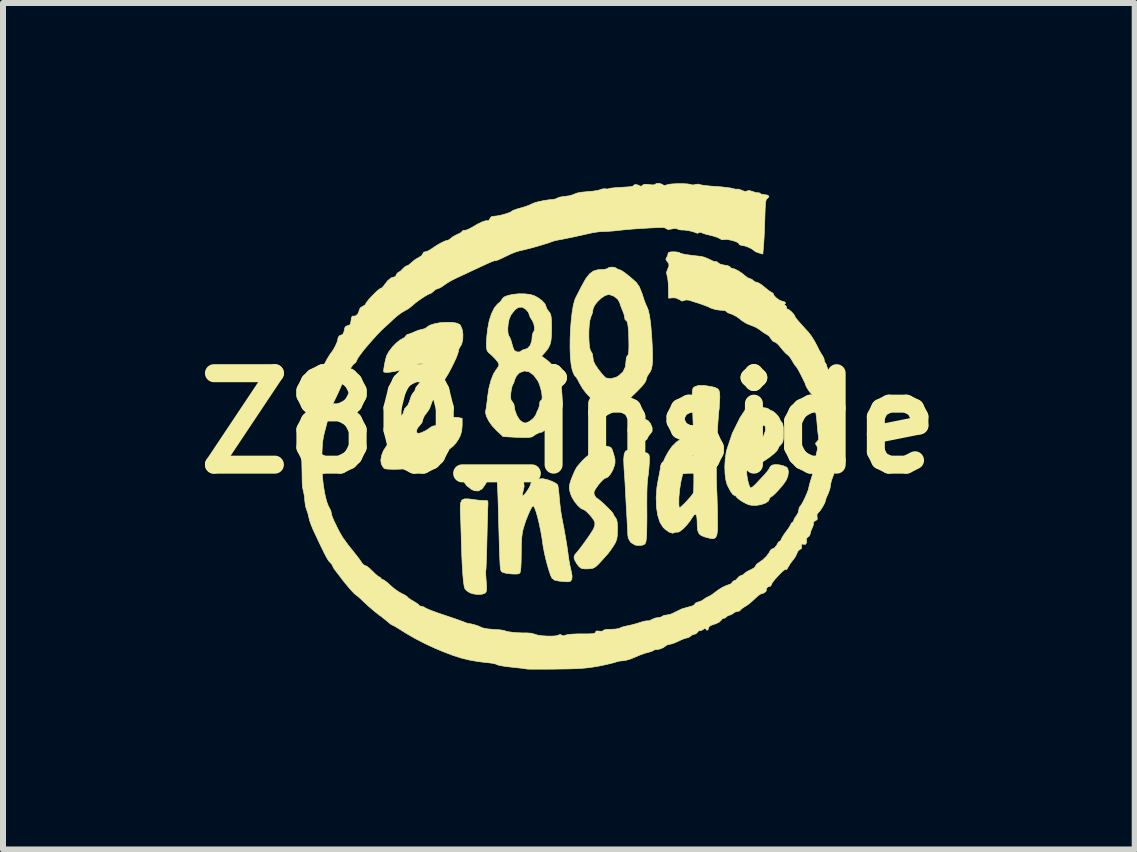
<source format=kicad_pcb>
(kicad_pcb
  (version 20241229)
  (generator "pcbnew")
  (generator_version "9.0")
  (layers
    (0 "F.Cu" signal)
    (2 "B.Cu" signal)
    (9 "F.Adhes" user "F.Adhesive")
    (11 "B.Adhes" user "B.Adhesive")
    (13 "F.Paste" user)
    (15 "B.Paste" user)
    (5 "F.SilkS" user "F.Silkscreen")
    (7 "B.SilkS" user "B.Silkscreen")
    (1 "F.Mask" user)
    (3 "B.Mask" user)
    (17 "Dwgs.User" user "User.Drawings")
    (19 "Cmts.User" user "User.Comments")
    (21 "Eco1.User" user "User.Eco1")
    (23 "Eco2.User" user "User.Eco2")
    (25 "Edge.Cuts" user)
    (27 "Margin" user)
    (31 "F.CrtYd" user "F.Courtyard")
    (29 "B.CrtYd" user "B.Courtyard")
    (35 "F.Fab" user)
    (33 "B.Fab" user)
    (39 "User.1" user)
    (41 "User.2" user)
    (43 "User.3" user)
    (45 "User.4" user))
  (footprint "Z80_inside"
    (layer "F.Cu")
    (at 6.43 4.004)
    (property "Reference" "Z80_inside" (at 0 0 0) (layer "F.SilkS") (effects (font (size 1.524 1.524) (thickness 0.3))))
    (attr through_hole)
    (fp_poly (pts (xy -1.533 0.742) (xy -1.461 0.783) (xy -1.46 0.783) (xy -1.422 0.813) (xy -1.399 0.826) (xy -1.379 0.841) (xy -1.36 0.868) (xy -1.347 0.898) (xy -1.352 0.935) (xy -1.376 0.989) (xy -1.389 1.014) (xy -1.445 1.092) (xy -1.506 1.128) (xy -1.576 1.124) (xy -1.625 1.1) (xy -1.699 1.043) (xy -1.742 0.986) (xy -1.75 0.94) (xy -1.717 0.842) (xy -1.667 0.775) (xy -1.603 0.74) (xy -1.533 0.742)) (stroke (width 0.01) (type solid)) (fill yes) (layer "F.SilkS"))
    (fp_poly (pts (xy 1.184 -0.117) (xy 1.229 -0.101) (xy 1.249 -0.084) (xy 1.249 -0.083) (xy 1.266 -0.065) (xy 1.277 -0.064) (xy 1.32 -0.045) (xy 1.359 0.003) (xy 1.386 0.067) (xy 1.388 0.076) (xy 1.388 0.134) (xy 1.356 0.178) (xy 1.324 0.217) (xy 1.312 0.247) (xy 1.296 0.271) (xy 1.258 0.297) (xy 1.218 0.315) (xy 1.2 0.316) (xy 1.18 0.308) (xy 1.148 0.296) (xy 1.112 0.273) (xy 1.101 0.255) (xy 1.084 0.235) (xy 1.069 0.233) (xy 1.036 0.217) (xy 1.005 0.182) (xy 0.984 0.137) (xy 0.985 0.086) (xy 0.993 0.048) (xy 1.031 -0.04) (xy 1.086 -0.098) (xy 1.152 -0.12) (xy 1.184 -0.117)) (stroke (width 0.01) (type solid)) (fill yes) (layer "F.SilkS"))
    (fp_poly (pts (xy 0.991 0.453) (xy 1.03 0.46) (xy 1.096 0.469) (xy 1.158 0.475) (xy 1.248 0.484) (xy 1.304 0.496) (xy 1.333 0.52) (xy 1.343 0.563) (xy 1.342 0.635) (xy 1.34 0.673) (xy 1.333 0.766) (xy 1.324 0.854) (xy 1.314 0.919) (xy 1.314 0.921) (xy 1.309 0.969) (xy 1.304 1.05) (xy 1.301 1.158) (xy 1.3 1.282) (xy 1.3 1.411) (xy 1.301 1.546) (xy 1.3 1.673) (xy 1.298 1.783) (xy 1.296 1.869) (xy 1.292 1.919) (xy 1.283 1.981) (xy 1.266 2.013) (xy 1.235 2.028) (xy 1.216 2.033) (xy 1.153 2.037) (xy 1.103 2.029) (xy 1.031 1.985) (xy 0.991 1.916) (xy 0.982 1.854) (xy 0.98 1.797) (xy 0.975 1.711) (xy 0.97 1.608) (xy 0.965 1.524) (xy 0.958 1.403) (xy 0.951 1.274) (xy 0.945 1.158) (xy 0.942 1.101) (xy 0.936 0.989) (xy 0.928 0.86) (xy 0.919 0.741) (xy 0.919 0.729) (xy 0.914 0.602) (xy 0.922 0.514) (xy 0.944 0.464) (xy 0.979 0.45) (xy 0.991 0.453)) (stroke (width 0.01) (type solid)) (fill yes) (layer "F.SilkS"))
    (fp_poly (pts (xy -1.596 1.27) (xy -1.514 1.281) (xy -1.441 1.287) (xy -1.397 1.287) (xy -1.363 1.286) (xy -1.349 1.304) (xy -1.348 1.349) (xy -1.349 1.365) (xy -1.351 1.411) (xy -1.353 1.491) (xy -1.356 1.599) (xy -1.36 1.728) (xy -1.363 1.87) (xy -1.365 1.944) (xy -1.368 2.085) (xy -1.372 2.211) (xy -1.376 2.317) (xy -1.379 2.396) (xy -1.382 2.443) (xy -1.384 2.452) (xy -1.386 2.478) (xy -1.384 2.536) (xy -1.379 2.613) (xy -1.377 2.635) (xy -1.371 2.724) (xy -1.372 2.779) (xy -1.38 2.812) (xy -1.396 2.83) (xy -1.446 2.849) (xy -1.519 2.853) (xy -1.597 2.843) (xy -1.656 2.822) (xy -1.704 2.789) (xy -1.733 2.756) (xy -1.745 2.713) (xy -1.757 2.632) (xy -1.767 2.518) (xy -1.776 2.376) (xy -1.784 2.211) (xy -1.79 2.026) (xy -1.791 2.011) (xy -1.794 1.88) (xy -1.798 1.744) (xy -1.802 1.618) (xy -1.807 1.518) (xy -1.807 1.509) (xy -1.81 1.398) (xy -1.803 1.324) (xy -1.781 1.279) (xy -1.74 1.26) (xy -1.673 1.26) (xy -1.596 1.27)) (stroke (width 0.01) (type solid)) (fill yes) (layer "F.SilkS"))
    (fp_poly (pts (xy 0.621 0.38) (xy 0.67 0.391) (xy 0.699 0.403) (xy 0.717 0.427) (xy 0.734 0.473) (xy 0.748 0.517) (xy 0.769 0.598) (xy 0.769 0.664) (xy 0.762 0.697) (xy 0.732 0.78) (xy 0.692 0.849) (xy 0.651 0.896) (xy 0.618 0.91) (xy 0.584 0.927) (xy 0.536 0.973) (xy 0.491 1.028) (xy 0.445 1.093) (xy 0.422 1.136) (xy 0.418 1.168) (xy 0.428 1.197) (xy 0.45 1.235) (xy 0.466 1.249) (xy 0.49 1.263) (xy 0.533 1.299) (xy 0.588 1.348) (xy 0.645 1.403) (xy 0.695 1.454) (xy 0.73 1.493) (xy 0.741 1.511) (xy 0.754 1.541) (xy 0.776 1.571) (xy 0.796 1.604) (xy 0.807 1.658) (xy 0.811 1.74) (xy 0.811 1.775) (xy 0.808 1.865) (xy 0.799 1.929) (xy 0.78 1.982) (xy 0.751 2.033) (xy 0.706 2.1) (xy 0.662 2.16) (xy 0.645 2.18) (xy 0.564 2.271) (xy 0.505 2.336) (xy 0.462 2.378) (xy 0.428 2.403) (xy 0.397 2.417) (xy 0.363 2.423) (xy 0.338 2.425) (xy 0.271 2.427) (xy 0.218 2.421) (xy 0.206 2.417) (xy 0.168 2.387) (xy 0.128 2.334) (xy 0.096 2.276) (xy 0.085 2.234) (xy 0.098 2.194) (xy 0.112 2.176) (xy 0.148 2.134) (xy 0.2 2.068) (xy 0.259 1.988) (xy 0.318 1.905) (xy 0.369 1.83) (xy 0.404 1.774) (xy 0.411 1.761) (xy 0.433 1.699) (xy 0.433 1.649) (xy 0.433 1.648) (xy 0.411 1.606) (xy 0.371 1.553) (xy 0.324 1.5) (xy 0.28 1.459) (xy 0.249 1.439) (xy 0.246 1.439) (xy 0.204 1.42) (xy 0.152 1.374) (xy 0.099 1.31) (xy 0.055 1.238) (xy 0.031 1.183) (xy 0.014 1.123) (xy 0.008 1.068) (xy 0.016 1.01) (xy 0.038 0.939) (xy 0.076 0.845) (xy 0.111 0.768) (xy 0.138 0.725) (xy 0.183 0.67) (xy 0.235 0.614) (xy 0.285 0.566) (xy 0.325 0.535) (xy 0.34 0.529) (xy 0.36 0.522) (xy 0.394 0.496) (xy 0.448 0.448) (xy 0.497 0.402) (xy 0.534 0.376) (xy 0.579 0.373) (xy 0.621 0.38)) (stroke (width 0.01) (type solid)) (fill yes) (layer "F.SilkS"))
    (fp_poly (pts (xy -0.952 0.859) (xy -0.864 0.877) (xy -0.794 0.909) (xy -0.754 0.97) (xy -0.745 1.053) (xy -0.768 1.156) (xy -0.773 1.169) (xy -0.776 1.2) (xy -0.767 1.206) (xy -0.743 1.19) (xy -0.709 1.148) (xy -0.674 1.096) (xy -0.646 1.045) (xy -0.635 1.009) (xy -0.635 1.008) (xy -0.616 0.977) (xy -0.568 0.948) (xy -0.504 0.929) (xy -0.438 0.923) (xy -0.423 0.925) (xy -0.357 0.94) (xy -0.285 0.966) (xy -0.224 0.996) (xy -0.187 1.024) (xy -0.187 1.025) (xy -0.18 1.053) (xy -0.171 1.113) (xy -0.163 1.194) (xy -0.16 1.236) (xy -0.149 1.346) (xy -0.135 1.462) (xy -0.119 1.562) (xy -0.116 1.577) (xy -0.084 1.739) (xy -0.056 1.898) (xy -0.032 2.042) (xy -0.015 2.16) (xy -0.01 2.201) (xy 0.003 2.289) (xy 0.022 2.39) (xy 0.036 2.45) (xy 0.054 2.544) (xy 0.049 2.605) (xy 0.02 2.637) (xy -0.029 2.642) (xy -0.079 2.638) (xy -0.146 2.632) (xy -0.164 2.63) (xy -0.238 2.614) (xy -0.282 2.58) (xy -0.285 2.575) (xy -0.305 2.531) (xy -0.33 2.457) (xy -0.358 2.363) (xy -0.385 2.259) (xy -0.408 2.158) (xy -0.425 2.069) (xy -0.431 2.032) (xy -0.448 1.911) (xy -0.47 1.788) (xy -0.495 1.668) (xy -0.521 1.561) (xy -0.547 1.472) (xy -0.571 1.408) (xy -0.59 1.378) (xy -0.595 1.376) (xy -0.615 1.395) (xy -0.643 1.446) (xy -0.677 1.522) (xy -0.714 1.614) (xy -0.744 1.704) (xy -0.764 1.772) (xy -0.777 1.839) (xy -0.786 1.916) (xy -0.791 2.012) (xy -0.793 2.138) (xy -0.793 2.163) (xy -0.795 2.305) (xy -0.8 2.41) (xy -0.809 2.476) (xy -0.818 2.499) (xy -0.856 2.512) (xy -0.931 2.512) (xy -0.981 2.508) (xy -1.06 2.497) (xy -1.106 2.483) (xy -1.128 2.463) (xy -1.134 2.45) (xy -1.138 2.432) (xy -1.142 2.402) (xy -1.146 2.357) (xy -1.149 2.294) (xy -1.153 2.208) (xy -1.157 2.097) (xy -1.161 1.955) (xy -1.166 1.779) (xy -1.172 1.566) (xy -1.173 1.501) (xy -1.177 1.361) (xy -1.181 1.231) (xy -1.186 1.119) (xy -1.19 1.032) (xy -1.193 0.977) (xy -1.194 0.968) (xy -1.195 0.909) (xy -1.175 0.869) (xy -1.131 0.849) (xy -1.058 0.846) (xy -0.952 0.859)) (stroke (width 0.01) (type solid)) (fill yes) (layer "F.SilkS"))
    (fp_poly (pts (xy 3.24 -0.261) (xy 3.305 -0.251) (xy 3.327 -0.239) (xy 3.361 -0.215) (xy 3.375 -0.212) (xy 3.406 -0.197) (xy 3.448 -0.161) (xy 3.488 -0.117) (xy 3.512 -0.08) (xy 3.514 -0.07) (xy 3.528 -0.039) (xy 3.545 -0.021) (xy 3.564 0.01) (xy 3.574 0.068) (xy 3.577 0.162) (xy 3.575 0.247) (xy 3.568 0.301) (xy 3.552 0.335) (xy 3.535 0.354) (xy 3.503 0.389) (xy 3.492 0.412) (xy 3.473 0.451) (xy 3.424 0.502) (xy 3.352 0.56) (xy 3.265 0.62) (xy 3.171 0.675) (xy 3.078 0.721) (xy 3 0.75) (xy 2.97 0.779) (xy 2.963 0.813) (xy 2.968 0.875) (xy 2.98 0.945) (xy 2.997 1.011) (xy 3.015 1.06) (xy 3.03 1.079) (xy 3.031 1.079) (xy 3.057 1.065) (xy 3.098 1.029) (xy 3.119 1.008) (xy 3.175 0.948) (xy 3.239 0.88) (xy 3.265 0.852) (xy 3.309 0.8) (xy 3.338 0.76) (xy 3.344 0.744) (xy 3.361 0.717) (xy 3.389 0.697) (xy 3.437 0.688) (xy 3.504 0.692) (xy 3.573 0.708) (xy 3.627 0.731) (xy 3.645 0.748) (xy 3.66 0.805) (xy 3.65 0.88) (xy 3.624 0.945) (xy 3.591 0.995) (xy 3.544 1.055) (xy 3.489 1.118) (xy 3.436 1.173) (xy 3.392 1.213) (xy 3.366 1.228) (xy 3.347 1.245) (xy 3.344 1.258) (xy 3.325 1.298) (xy 3.274 1.331) (xy 3.202 1.356) (xy 3.12 1.369) (xy 3.039 1.366) (xy 2.995 1.357) (xy 2.946 1.335) (xy 2.888 1.303) (xy 2.836 1.268) (xy 2.801 1.238) (xy 2.794 1.226) (xy 2.777 1.208) (xy 2.767 1.206) (xy 2.735 1.189) (xy 2.695 1.133) (xy 2.645 1.039) (xy 2.639 1.027) (xy 2.617 0.949) (xy 2.603 0.843) (xy 2.599 0.721) (xy 2.606 0.597) (xy 2.613 0.547) (xy 2.967 0.547) (xy 2.975 0.55) (xy 2.984 0.55) (xy 3.005 0.535) (xy 3.045 0.494) (xy 3.097 0.434) (xy 3.12 0.406) (xy 3.191 0.308) (xy 3.243 0.214) (xy 3.273 0.133) (xy 3.278 0.07) (xy 3.264 0.038) (xy 3.232 0.032) (xy 3.191 0.059) (xy 3.143 0.115) (xy 3.094 0.193) (xy 3.048 0.286) (xy 3.008 0.389) (xy 2.997 0.422) (xy 2.977 0.492) (xy 2.967 0.53) (xy 2.967 0.547) (xy 2.613 0.547) (xy 2.622 0.483) (xy 2.631 0.445) (xy 2.724 0.167) (xy 2.85 -0.088) (xy 2.957 -0.252) (xy 2.98 -0.257) (xy 3.034 -0.261) (xy 3.11 -0.263) (xy 3.134 -0.264) (xy 3.24 -0.261)) (stroke (width 0.01) (type solid)) (fill yes) (layer "F.SilkS"))
    (fp_poly (pts (xy 2.38 -0.61) (xy 2.387 -0.609) (xy 2.439 -0.595) (xy 2.477 -0.577) (xy 2.501 -0.55) (xy 2.513 -0.505) (xy 2.516 -0.439) (xy 2.511 -0.342) (xy 2.5 -0.211) (xy 2.499 -0.204) (xy 2.483 0.003) (xy 2.471 0.226) (xy 2.462 0.455) (xy 2.458 0.678) (xy 2.458 0.885) (xy 2.463 1.065) (xy 2.465 1.111) (xy 2.468 1.171) (xy 2.471 1.262) (xy 2.474 1.373) (xy 2.477 1.495) (xy 2.477 1.539) (xy 2.479 1.682) (xy 2.477 1.787) (xy 2.467 1.859) (xy 2.447 1.903) (xy 2.416 1.922) (xy 2.368 1.921) (xy 2.303 1.905) (xy 2.262 1.893) (xy 2.206 1.871) (xy 2.17 1.84) (xy 2.149 1.792) (xy 2.14 1.718) (xy 2.138 1.628) (xy 2.132 1.554) (xy 2.116 1.518) (xy 2.092 1.522) (xy 2.059 1.566) (xy 2.058 1.568) (xy 2.017 1.631) (xy 1.965 1.696) (xy 1.91 1.753) (xy 1.859 1.796) (xy 1.822 1.815) (xy 1.814 1.814) (xy 1.775 1.815) (xy 1.763 1.823) (xy 1.726 1.832) (xy 1.671 1.813) (xy 1.609 1.77) (xy 1.572 1.735) (xy 1.519 1.652) (xy 1.482 1.537) (xy 1.46 1.397) (xy 1.459 1.353) (xy 1.833 1.353) (xy 1.839 1.408) (xy 1.854 1.403) (xy 1.887 1.375) (xy 1.933 1.331) (xy 1.982 1.278) (xy 2.028 1.226) (xy 2.062 1.183) (xy 2.077 1.156) (xy 2.078 1.156) (xy 2.08 1.113) (xy 2.082 1.043) (xy 2.083 0.954) (xy 2.083 0.855) (xy 2.082 0.756) (xy 2.08 0.665) (xy 2.078 0.591) (xy 2.074 0.543) (xy 2.071 0.529) (xy 2.049 0.547) (xy 2.014 0.596) (xy 1.973 0.667) (xy 1.932 0.749) (xy 1.897 0.846) (xy 1.868 0.969) (xy 1.846 1.104) (xy 1.834 1.237) (xy 1.833 1.353) (xy 1.459 1.353) (xy 1.455 1.24) (xy 1.467 1.072) (xy 1.491 0.931) (xy 1.509 0.845) (xy 1.522 0.772) (xy 1.528 0.724) (xy 1.528 0.716) (xy 1.542 0.672) (xy 1.557 0.655) (xy 1.583 0.625) (xy 1.587 0.612) (xy 1.598 0.587) (xy 1.624 0.535) (xy 1.661 0.47) (xy 1.661 0.469) (xy 1.722 0.383) (xy 1.793 0.313) (xy 1.863 0.266) (xy 1.925 0.249) (xy 1.926 0.249) (xy 1.968 0.243) (xy 2.018 0.228) (xy 2.079 0.205) (xy 2.064 -0.185) (xy 2.059 -0.323) (xy 2.056 -0.425) (xy 2.056 -0.496) (xy 2.059 -0.544) (xy 2.066 -0.574) (xy 2.076 -0.592) (xy 2.088 -0.604) (xy 2.154 -0.629) (xy 2.252 -0.631) (xy 2.38 -0.61)) (stroke (width 0.01) (type solid)) (fill yes) (layer "F.SilkS"))
    (fp_poly (pts (xy 0.768 -2.597) (xy 0.794 -2.582) (xy 0.824 -2.563) (xy 0.839 -2.561) (xy 0.874 -2.547) (xy 0.933 -2.508) (xy 1.009 -2.448) (xy 1.096 -2.372) (xy 1.123 -2.348) (xy 1.173 -2.278) (xy 1.218 -2.168) (xy 1.228 -2.138) (xy 1.254 -2.056) (xy 1.281 -1.985) (xy 1.302 -1.94) (xy 1.303 -1.937) (xy 1.326 -1.879) (xy 1.347 -1.78) (xy 1.365 -1.641) (xy 1.38 -1.462) (xy 1.389 -1.31) (xy 1.395 -1.161) (xy 1.395 -1.047) (xy 1.388 -0.962) (xy 1.375 -0.9) (xy 1.353 -0.852) (xy 1.333 -0.825) (xy 1.302 -0.774) (xy 1.291 -0.73) (xy 1.274 -0.688) (xy 1.225 -0.624) (xy 1.144 -0.539) (xy 1.132 -0.527) (xy 1.063 -0.461) (xy 1.004 -0.406) (xy 0.962 -0.369) (xy 0.946 -0.358) (xy 0.907 -0.347) (xy 0.84 -0.338) (xy 0.757 -0.332) (xy 0.675 -0.329) (xy 0.605 -0.331) (xy 0.593 -0.332) (xy 0.528 -0.34) (xy 0.474 -0.349) (xy 0.473 -0.35) (xy 0.42 -0.376) (xy 0.355 -0.431) (xy 0.288 -0.503) (xy 0.226 -0.585) (xy 0.18 -0.664) (xy 0.148 -0.726) (xy 0.121 -0.769) (xy 0.106 -0.783) (xy 0.091 -0.802) (xy 0.07 -0.85) (xy 0.054 -0.898) (xy 0.037 -0.988) (xy 0.025 -1.108) (xy 0.02 -1.249) (xy 0.021 -1.402) (xy 0.023 -1.446) (xy 0.333 -1.446) (xy 0.337 -1.35) (xy 0.345 -1.269) (xy 0.359 -1.212) (xy 0.371 -1.194) (xy 0.392 -1.157) (xy 0.402 -1.098) (xy 0.402 -1.093) (xy 0.41 -1.038) (xy 0.438 -0.978) (xy 0.49 -0.901) (xy 0.498 -0.891) (xy 0.547 -0.828) (xy 0.59 -0.78) (xy 0.618 -0.756) (xy 0.619 -0.755) (xy 0.7 -0.743) (xy 0.788 -0.767) (xy 0.827 -0.789) (xy 0.902 -0.857) (xy 0.942 -0.94) (xy 0.952 -1.03) (xy 0.958 -1.089) (xy 0.973 -1.124) (xy 0.979 -1.127) (xy 0.991 -1.145) (xy 0.998 -1.193) (xy 1.001 -1.275) (xy 1 -1.367) (xy 0.996 -1.508) (xy 0.988 -1.61) (xy 0.977 -1.676) (xy 0.962 -1.709) (xy 0.951 -1.714) (xy 0.935 -1.732) (xy 0.931 -1.758) (xy 0.923 -1.804) (xy 0.901 -1.866) (xy 0.895 -1.879) (xy 0.869 -1.944) (xy 0.85 -2.001) (xy 0.848 -2.009) (xy 0.815 -2.067) (xy 0.756 -2.115) (xy 0.685 -2.142) (xy 0.659 -2.145) (xy 0.603 -2.128) (xy 0.539 -2.086) (xy 0.477 -2.027) (xy 0.428 -1.964) (xy 0.403 -1.907) (xy 0.402 -1.895) (xy 0.392 -1.837) (xy 0.368 -1.774) (xy 0.367 -1.772) (xy 0.351 -1.719) (xy 0.34 -1.64) (xy 0.334 -1.546) (xy 0.333 -1.446) (xy 0.023 -1.446) (xy 0.027 -1.559) (xy 0.039 -1.711) (xy 0.055 -1.851) (xy 0.075 -1.969) (xy 0.099 -2.057) (xy 0.112 -2.088) (xy 0.133 -2.129) (xy 0.167 -2.195) (xy 0.207 -2.274) (xy 0.218 -2.294) (xy 0.282 -2.409) (xy 0.343 -2.488) (xy 0.407 -2.536) (xy 0.48 -2.558) (xy 0.53 -2.561) (xy 0.592 -2.565) (xy 0.636 -2.575) (xy 0.646 -2.582) (xy 0.674 -2.598) (xy 0.72 -2.603) (xy 0.768 -2.597)) (stroke (width 0.01) (type solid)) (fill yes) (layer "F.SilkS"))
    (fp_poly (pts (xy -1.957 -1.682) (xy -1.876 -1.671) (xy -1.821 -1.648) (xy -1.809 -1.636) (xy -1.779 -1.569) (xy -1.765 -1.483) (xy -1.768 -1.393) (xy -1.787 -1.316) (xy -1.813 -1.274) (xy -1.836 -1.231) (xy -1.841 -1.198) (xy -1.852 -1.157) (xy -1.878 -1.089) (xy -1.917 -1.005) (xy -1.962 -0.915) (xy -2.008 -0.829) (xy -2.052 -0.757) (xy -2.086 -0.708) (xy -2.091 -0.703) (xy -2.125 -0.657) (xy -2.138 -0.617) (xy -2.151 -0.56) (xy -2.182 -0.491) (xy -2.222 -0.431) (xy -2.247 -0.407) (xy -2.277 -0.368) (xy -2.297 -0.311) (xy -2.298 -0.309) (xy -2.321 -0.247) (xy -2.362 -0.183) (xy -2.373 -0.171) (xy -2.411 -0.118) (xy -2.433 -0.067) (xy -2.434 -0.055) (xy -2.449 -0.009) (xy -2.486 0.038) (xy -2.487 0.038) (xy -2.524 0.083) (xy -2.539 0.127) (xy -2.531 0.16) (xy -2.507 0.169) (xy -2.461 0.158) (xy -2.399 0.13) (xy -2.341 0.095) (xy -2.312 0.071) (xy -2.268 0.047) (xy -2.237 0.042) (xy -2.184 0.031) (xy -2.111 0.005) (xy -2.037 -0.031) (xy -1.978 -0.067) (xy -1.964 -0.078) (xy -1.918 -0.1) (xy -1.853 -0.097) (xy -1.778 -0.083) (xy -1.778 0.038) (xy -1.786 0.132) (xy -1.812 0.213) (xy -1.839 0.265) (xy -1.882 0.329) (xy -1.926 0.379) (xy -1.951 0.398) (xy -1.999 0.436) (xy -2.042 0.486) (xy -2.103 0.546) (xy -2.193 0.598) (xy -2.301 0.636) (xy -2.379 0.65) (xy -2.453 0.665) (xy -2.516 0.689) (xy -2.537 0.701) (xy -2.596 0.733) (xy -2.653 0.75) (xy -2.733 0.76) (xy -2.825 0.765) (xy -2.916 0.767) (xy -2.996 0.765) (xy -3.055 0.76) (xy -3.078 0.752) (xy -3.105 0.717) (xy -3.126 0.676) (xy -3.134 0.614) (xy -3.12 0.535) (xy -3.089 0.455) (xy -3.046 0.39) (xy -3.016 0.343) (xy -3.006 0.305) (xy -2.996 0.262) (xy -2.969 0.195) (xy -2.932 0.114) (xy -2.89 0.03) (xy -2.848 -0.045) (xy -2.812 -0.1) (xy -2.791 -0.123) (xy -2.759 -0.165) (xy -2.752 -0.197) (xy -2.735 -0.246) (xy -2.712 -0.268) (xy -2.683 -0.303) (xy -2.657 -0.362) (xy -2.649 -0.387) (xy -2.628 -0.45) (xy -2.603 -0.497) (xy -2.593 -0.508) (xy -2.566 -0.544) (xy -2.561 -0.564) (xy -2.547 -0.6) (xy -2.514 -0.642) (xy -2.513 -0.642) (xy -2.463 -0.705) (xy -2.418 -0.78) (xy -2.386 -0.855) (xy -2.371 -0.918) (xy -2.373 -0.948) (xy -2.406 -0.982) (xy -2.462 -0.996) (xy -2.527 -0.987) (xy -2.556 -0.975) (xy -2.628 -0.942) (xy -2.718 -0.911) (xy -2.815 -0.884) (xy -2.91 -0.863) (xy -2.993 -0.85) (xy -3.055 -0.847) (xy -3.085 -0.856) (xy -3.087 -0.88) (xy -3.08 -0.932) (xy -3.069 -0.997) (xy -3.054 -1.063) (xy -3.04 -1.116) (xy -3.034 -1.132) (xy -2.995 -1.201) (xy -2.938 -1.274) (xy -2.873 -1.34) (xy -2.812 -1.389) (xy -2.778 -1.406) (xy -2.737 -1.431) (xy -2.723 -1.451) (xy -2.697 -1.479) (xy -2.684 -1.482) (xy -2.649 -1.492) (xy -2.594 -1.514) (xy -2.572 -1.524) (xy -2.509 -1.55) (xy -2.454 -1.564) (xy -2.442 -1.566) (xy -2.393 -1.58) (xy -2.371 -1.598) (xy -2.323 -1.631) (xy -2.246 -1.657) (xy -2.153 -1.675) (xy -2.053 -1.683) (xy -1.957 -1.682)) (stroke (width 0.01) (type solid)) (fill yes) (layer "F.SilkS"))
    (fp_poly (pts (xy -0.735 -2.157) (xy -0.642 -2.146) (xy -0.576 -2.126) (xy -0.505 -2.087) (xy -0.441 -2.038) (xy -0.397 -1.988) (xy -0.381 -1.947) (xy -0.367 -1.908) (xy -0.335 -1.864) (xy -0.314 -1.837) (xy -0.301 -1.805) (xy -0.293 -1.758) (xy -0.289 -1.688) (xy -0.288 -1.587) (xy -0.29 -1.465) (xy -0.298 -1.375) (xy -0.316 -1.305) (xy -0.346 -1.247) (xy -0.392 -1.188) (xy -0.401 -1.178) (xy -0.455 -1.118) (xy -0.404 -1.083) (xy -0.321 -1.017) (xy -0.245 -0.939) (xy -0.185 -0.861) (xy -0.152 -0.794) (xy -0.15 -0.789) (xy -0.14 -0.734) (xy -0.129 -0.65) (xy -0.12 -0.55) (xy -0.115 -0.484) (xy -0.109 -0.383) (xy -0.108 -0.314) (xy -0.112 -0.268) (xy -0.123 -0.233) (xy -0.142 -0.2) (xy -0.151 -0.187) (xy -0.218 -0.095) (xy -0.287 -0.009) (xy -0.351 0.064) (xy -0.405 0.117) (xy -0.442 0.144) (xy -0.45 0.147) (xy -0.498 0.159) (xy -0.553 0.185) (xy -0.592 0.213) (xy -0.593 0.214) (xy -0.618 0.228) (xy -0.669 0.236) (xy -0.75 0.238) (xy -0.866 0.234) (xy -0.892 0.233) (xy -1.096 0.222) (xy -1.209 0.116) (xy -1.279 0.041) (xy -1.336 -0.04) (xy -1.374 -0.118) (xy -1.39 -0.182) (xy -1.386 -0.209) (xy -1.379 -0.242) (xy -1.37 -0.307) (xy -1.359 -0.39) (xy -1.355 -0.431) (xy -0.971 -0.431) (xy -0.963 -0.387) (xy -0.944 -0.362) (xy -0.916 -0.318) (xy -0.91 -0.288) (xy -0.898 -0.212) (xy -0.867 -0.131) (xy -0.826 -0.064) (xy -0.802 -0.04) (xy -0.757 -0.01) (xy -0.719 -0.004) (xy -0.673 -0.023) (xy -0.64 -0.042) (xy -0.588 -0.086) (xy -0.552 -0.137) (xy -0.55 -0.143) (xy -0.527 -0.2) (xy -0.508 -0.238) (xy -0.491 -0.288) (xy -0.487 -0.328) (xy -0.479 -0.368) (xy -0.463 -0.381) (xy -0.447 -0.399) (xy -0.445 -0.447) (xy -0.453 -0.513) (xy -0.47 -0.587) (xy -0.494 -0.659) (xy -0.518 -0.71) (xy -0.587 -0.803) (xy -0.662 -0.857) (xy -0.739 -0.872) (xy -0.816 -0.845) (xy -0.831 -0.835) (xy -0.875 -0.786) (xy -0.901 -0.73) (xy -0.917 -0.676) (xy -0.935 -0.642) (xy -0.949 -0.608) (xy -0.961 -0.547) (xy -0.967 -0.504) (xy -0.971 -0.431) (xy -1.355 -0.431) (xy -1.355 -0.435) (xy -1.332 -0.585) (xy -1.297 -0.718) (xy -1.254 -0.827) (xy -1.205 -0.901) (xy -1.175 -0.945) (xy -1.164 -0.979) (xy -1.179 -1.014) (xy -1.219 -1.065) (xy -1.275 -1.123) (xy -1.339 -1.18) (xy -1.341 -1.181) (xy -1.362 -1.21) (xy -1.373 -1.261) (xy -1.375 -1.339) (xy -1.367 -1.448) (xy -1.354 -1.567) (xy -1.353 -1.573) (xy -1.018 -1.573) (xy -1.014 -1.5) (xy -0.998 -1.452) (xy -0.993 -1.446) (xy -0.975 -1.412) (xy -0.956 -1.355) (xy -0.95 -1.332) (xy -0.932 -1.269) (xy -0.913 -1.222) (xy -0.906 -1.213) (xy -0.868 -1.19) (xy -0.822 -1.188) (xy -0.794 -1.206) (xy -0.763 -1.225) (xy -0.746 -1.228) (xy -0.69 -1.247) (xy -0.644 -1.298) (xy -0.618 -1.369) (xy -0.614 -1.41) (xy -0.609 -1.469) (xy -0.598 -1.507) (xy -0.593 -1.513) (xy -0.575 -1.547) (xy -0.573 -1.602) (xy -0.586 -1.664) (xy -0.612 -1.718) (xy -0.614 -1.72) (xy -0.644 -1.766) (xy -0.657 -1.802) (xy -0.657 -1.803) (xy -0.675 -1.851) (xy -0.718 -1.9) (xy -0.771 -1.932) (xy -0.783 -1.935) (xy -0.84 -1.932) (xy -0.897 -1.892) (xy -0.958 -1.815) (xy -0.969 -1.797) (xy -0.995 -1.735) (xy -1.011 -1.656) (xy -1.018 -1.573) (xy -1.353 -1.573) (xy -1.329 -1.701) (xy -1.291 -1.821) (xy -1.243 -1.92) (xy -1.189 -1.987) (xy -1.173 -1.999) (xy -1.132 -2.037) (xy -1.113 -2.069) (xy -1.082 -2.103) (xy -1.019 -2.129) (xy -0.933 -2.148) (xy -0.836 -2.158) (xy -0.735 -2.157)) (stroke (width 0.01) (type solid)) (fill yes) (layer "F.SilkS"))
    (fp_poly (pts (xy 1.549 -3.985) (xy 1.562 -3.976) (xy 1.594 -3.961) (xy 1.635 -3.974) (xy 1.675 -3.984) (xy 1.741 -3.99) (xy 1.822 -3.993) (xy 1.905 -3.993) (xy 1.978 -3.989) (xy 2.028 -3.981) (xy 2.043 -3.975) (xy 2.072 -3.971) (xy 2.104 -3.979) (xy 2.154 -3.986) (xy 2.183 -3.978) (xy 2.216 -3.97) (xy 2.282 -3.961) (xy 2.369 -3.952) (xy 2.436 -3.948) (xy 2.536 -3.94) (xy 2.628 -3.93) (xy 2.699 -3.92) (xy 2.727 -3.913) (xy 2.777 -3.901) (xy 2.807 -3.901) (xy 2.809 -3.902) (xy 2.833 -3.902) (xy 2.878 -3.884) (xy 2.884 -3.881) (xy 2.939 -3.862) (xy 2.969 -3.871) (xy 3.004 -3.88) (xy 3.064 -3.862) (xy 3.116 -3.845) (xy 3.151 -3.841) (xy 3.155 -3.842) (xy 3.18 -3.838) (xy 3.185 -3.832) (xy 3.214 -3.816) (xy 3.26 -3.81) (xy 3.312 -3.802) (xy 3.335 -3.783) (xy 3.321 -3.758) (xy 3.31 -3.75) (xy 3.295 -3.736) (xy 3.284 -3.708) (xy 3.277 -3.658) (xy 3.272 -3.582) (xy 3.268 -3.47) (xy 3.268 -3.458) (xy 3.264 -3.333) (xy 3.259 -3.202) (xy 3.253 -3.082) (xy 3.248 -3.003) (xy 3.233 -2.82) (xy 3.169 -2.838) (xy 3.12 -2.856) (xy 3.092 -2.873) (xy 3.092 -2.873) (xy 3.056 -2.902) (xy 2.997 -2.932) (xy 2.934 -2.955) (xy 2.888 -2.963) (xy 2.848 -2.973) (xy 2.836 -2.992) (xy 2.818 -3.011) (xy 2.771 -3.032) (xy 2.709 -3.05) (xy 2.648 -3.062) (xy 2.599 -3.064) (xy 2.583 -3.059) (xy 2.549 -3.059) (xy 2.523 -3.074) (xy 2.483 -3.095) (xy 2.418 -3.117) (xy 2.36 -3.132) (xy 2.288 -3.149) (xy 2.232 -3.167) (xy 2.209 -3.178) (xy 2.179 -3.185) (xy 2.17 -3.176) (xy 2.142 -3.166) (xy 2.121 -3.174) (xy 2.067 -3.194) (xy 1.993 -3.211) (xy 1.919 -3.221) (xy 1.876 -3.221) (xy 1.829 -3.228) (xy 1.811 -3.238) (xy 1.767 -3.248) (xy 1.714 -3.238) (xy 1.655 -3.228) (xy 1.628 -3.241) (xy 1.598 -3.258) (xy 1.564 -3.263) (xy 1.459 -3.26) (xy 1.334 -3.254) (xy 1.199 -3.246) (xy 1.067 -3.237) (xy 0.951 -3.227) (xy 0.862 -3.218) (xy 0.85 -3.217) (xy 0.755 -3.206) (xy 0.66 -3.199) (xy 0.591 -3.196) (xy 0.506 -3.192) (xy 0.419 -3.18) (xy 0.397 -3.176) (xy 0.209 -3.134) (xy 0.059 -3.101) (xy -0.054 -3.078) (xy -0.134 -3.062) (xy -0.159 -3.058) (xy -0.225 -3.045) (xy -0.279 -3.029) (xy -0.286 -3.026) (xy -0.337 -3.007) (xy -0.417 -2.982) (xy -0.514 -2.953) (xy -0.616 -2.924) (xy -0.711 -2.9) (xy -0.786 -2.882) (xy -0.806 -2.878) (xy -0.874 -2.859) (xy -0.96 -2.826) (xy -1.045 -2.785) (xy -1.046 -2.785) (xy -1.119 -2.749) (xy -1.18 -2.722) (xy -1.219 -2.71) (xy -1.222 -2.709) (xy -1.239 -2.708) (xy -1.264 -2.701) (xy -1.302 -2.686) (xy -1.358 -2.661) (xy -1.439 -2.624) (xy -1.55 -2.572) (xy -1.609 -2.545) (xy -1.703 -2.5) (xy -1.798 -2.456) (xy -1.876 -2.42) (xy -1.894 -2.411) (xy -1.973 -2.371) (xy -2.049 -2.323) (xy -2.077 -2.303) (xy -2.13 -2.267) (xy -2.174 -2.246) (xy -2.185 -2.244) (xy -2.222 -2.229) (xy -2.254 -2.201) (xy -2.291 -2.17) (xy -2.316 -2.159) (xy -2.346 -2.147) (xy -2.4 -2.116) (xy -2.465 -2.073) (xy -2.532 -2.025) (xy -2.59 -1.979) (xy -2.621 -1.951) (xy -2.677 -1.907) (xy -2.74 -1.872) (xy -2.791 -1.842) (xy -2.857 -1.793) (xy -2.916 -1.742) (xy -2.976 -1.685) (xy -3.029 -1.636) (xy -3.062 -1.607) (xy -3.121 -1.552) (xy -3.191 -1.48) (xy -3.267 -1.396) (xy -3.343 -1.309) (xy -3.414 -1.225) (xy -3.472 -1.149) (xy -3.515 -1.089) (xy -3.534 -1.052) (xy -3.535 -1.047) (xy -3.552 -1.012) (xy -3.567 -1.002) (xy -3.597 -0.976) (xy -3.631 -0.928) (xy -3.64 -0.911) (xy -3.674 -0.854) (xy -3.707 -0.812) (xy -3.713 -0.806) (xy -3.741 -0.768) (xy -3.747 -0.747) (xy -3.755 -0.716) (xy -3.779 -0.655) (xy -3.814 -0.575) (xy -3.856 -0.482) (xy -3.902 -0.387) (xy -3.947 -0.297) (xy -3.953 -0.286) (xy -3.979 -0.221) (xy -3.999 -0.146) (xy -4.001 -0.138) (xy -4.016 -0.069) (xy -4.037 0.017) (xy -4.052 0.074) (xy -4.075 0.16) (xy -4.091 0.232) (xy -4.102 0.302) (xy -4.109 0.38) (xy -4.114 0.481) (xy -4.117 0.582) (xy -4.116 0.735) (xy -4.107 0.891) (xy -4.09 1.043) (xy -4.066 1.181) (xy -4.038 1.297) (xy -4.006 1.383) (xy -3.993 1.406) (xy -3.967 1.457) (xy -3.958 1.497) (xy -3.953 1.526) (xy -3.938 1.571) (xy -3.908 1.638) (xy -3.862 1.733) (xy -3.823 1.81) (xy -3.769 1.902) (xy -3.684 2.02) (xy -3.57 2.163) (xy -3.55 2.188) (xy -3.504 2.247) (xy -3.465 2.302) (xy -3.455 2.32) (xy -3.423 2.358) (xy -3.394 2.371) (xy -3.363 2.385) (xy -3.316 2.423) (xy -3.271 2.466) (xy -3.22 2.516) (xy -3.178 2.551) (xy -3.157 2.561) (xy -3.134 2.576) (xy -3.133 2.582) (xy -3.116 2.601) (xy -3.103 2.603) (xy -3.073 2.618) (xy -3.026 2.654) (xy -2.981 2.695) (xy -2.911 2.756) (xy -2.832 2.811) (xy -2.789 2.835) (xy -2.732 2.864) (xy -2.696 2.888) (xy -2.688 2.897) (xy -2.671 2.914) (xy -2.628 2.943) (xy -2.593 2.963) (xy -2.539 2.996) (xy -2.504 3.022) (xy -2.498 3.032) (xy -2.48 3.046) (xy -2.462 3.048) (xy -2.417 3.061) (xy -2.393 3.076) (xy -2.362 3.092) (xy -2.298 3.119) (xy -2.211 3.151) (xy -2.11 3.186) (xy -2.091 3.192) (xy -1.985 3.228) (xy -1.89 3.26) (xy -1.814 3.287) (xy -1.767 3.305) (xy -1.763 3.306) (xy -1.714 3.325) (xy -1.683 3.334) (xy -1.627 3.344) (xy -1.564 3.36) (xy -1.512 3.377) (xy -1.492 3.386) (xy -1.438 3.41) (xy -1.35 3.427) (xy -1.237 3.437) (xy -1.217 3.438) (xy -1.143 3.443) (xy -1.084 3.452) (xy -1.059 3.461) (xy -1.02 3.472) (xy -0.95 3.482) (xy -0.862 3.49) (xy -0.766 3.494) (xy -0.693 3.494) (xy -0.627 3.499) (xy -0.572 3.514) (xy -0.568 3.516) (xy -0.521 3.53) (xy -0.449 3.541) (xy -0.366 3.546) (xy -0.284 3.547) (xy -0.216 3.543) (xy -0.177 3.532) (xy -0.175 3.53) (xy -0.142 3.518) (xy -0.123 3.531) (xy -0.09 3.543) (xy -0.056 3.531) (xy -0.017 3.521) (xy 0.054 3.514) (xy 0.147 3.51) (xy 0.216 3.51) (xy 0.32 3.51) (xy 0.388 3.507) (xy 0.427 3.5) (xy 0.443 3.489) (xy 0.445 3.481) (xy 0.456 3.462) (xy 0.497 3.462) (xy 0.508 3.464) (xy 0.554 3.467) (xy 0.572 3.455) (xy 0.591 3.443) (xy 0.643 3.435) (xy 0.699 3.433) (xy 0.772 3.43) (xy 0.829 3.421) (xy 0.853 3.412) (xy 0.888 3.396) (xy 0.948 3.381) (xy 0.972 3.376) (xy 1.049 3.359) (xy 1.138 3.335) (xy 1.181 3.321) (xy 1.247 3.301) (xy 1.296 3.292) (xy 1.315 3.293) (xy 1.344 3.291) (xy 1.381 3.271) (xy 1.439 3.246) (xy 1.485 3.239) (xy 1.532 3.231) (xy 1.556 3.217) (xy 1.585 3.201) (xy 1.626 3.196) (xy 1.689 3.185) (xy 1.736 3.165) (xy 1.886 3.092) (xy 2.014 3.056) (xy 2.066 3.041) (xy 2.094 3.022) (xy 2.095 3.016) (xy 2.114 2.994) (xy 2.156 2.978) (xy 2.212 2.959) (xy 2.247 2.935) (xy 2.293 2.904) (xy 2.321 2.891) (xy 2.367 2.868) (xy 2.42 2.83) (xy 2.426 2.825) (xy 2.487 2.779) (xy 2.557 2.736) (xy 2.623 2.704) (xy 2.671 2.688) (xy 2.676 2.688) (xy 2.708 2.671) (xy 2.717 2.656) (xy 2.742 2.628) (xy 2.756 2.625) (xy 2.788 2.608) (xy 2.81 2.582) (xy 2.842 2.549) (xy 2.866 2.54) (xy 2.902 2.525) (xy 2.923 2.506) (xy 2.96 2.477) (xy 3.017 2.447) (xy 3.031 2.441) (xy 3.081 2.414) (xy 3.109 2.387) (xy 3.111 2.379) (xy 3.128 2.35) (xy 3.169 2.32) (xy 3.17 2.32) (xy 3.232 2.276) (xy 3.293 2.217) (xy 3.338 2.157) (xy 3.35 2.133) (xy 3.373 2.101) (xy 3.388 2.095) (xy 3.427 2.078) (xy 3.464 2.033) (xy 3.477 2.006) (xy 3.499 1.974) (xy 3.513 1.968) (xy 3.534 1.952) (xy 3.535 1.944) (xy 3.547 1.916) (xy 3.578 1.865) (xy 3.619 1.807) (xy 3.663 1.747) (xy 3.693 1.698) (xy 3.704 1.673) (xy 3.72 1.652) (xy 3.725 1.651) (xy 3.745 1.634) (xy 3.747 1.622) (xy 3.759 1.587) (xy 3.789 1.545) (xy 3.82 1.494) (xy 3.831 1.448) (xy 3.84 1.404) (xy 3.854 1.385) (xy 3.874 1.359) (xy 3.904 1.306) (xy 3.937 1.238) (xy 3.968 1.167) (xy 3.991 1.107) (xy 4 1.068) (xy 4 1.067) (xy 4.007 1.034) (xy 4.024 0.973) (xy 4.048 0.896) (xy 4.053 0.88) (xy 4.079 0.793) (xy 4.098 0.71) (xy 4.106 0.648) (xy 4.106 0.644) (xy 4.113 0.569) (xy 4.129 0.49) (xy 4.131 0.485) (xy 4.144 0.425) (xy 4.138 0.387) (xy 4.126 0.369) (xy 4.109 0.338) (xy 4.127 0.313) (xy 4.136 0.306) (xy 4.164 0.268) (xy 4.161 0.222) (xy 4.153 0.175) (xy 4.145 0.1) (xy 4.137 0.012) (xy 4.136 -0.007) (xy 4.127 -0.102) (xy 4.113 -0.194) (xy 4.097 -0.264) (xy 4.095 -0.271) (xy 4.075 -0.342) (xy 4.065 -0.409) (xy 4.064 -0.424) (xy 4.059 -0.468) (xy 4.047 -0.487) (xy 4.047 -0.487) (xy 4.029 -0.503) (xy 4 -0.541) (xy 3.97 -0.587) (xy 3.951 -0.624) (xy 3.948 -0.635) (xy 3.938 -0.664) (xy 3.913 -0.716) (xy 3.881 -0.781) (xy 3.846 -0.848) (xy 3.814 -0.906) (xy 3.791 -0.942) (xy 3.784 -0.949) (xy 3.765 -0.971) (xy 3.736 -1.017) (xy 3.725 -1.038) (xy 3.69 -1.094) (xy 3.655 -1.134) (xy 3.646 -1.14) (xy 3.613 -1.168) (xy 3.568 -1.217) (xy 3.536 -1.257) (xy 3.491 -1.311) (xy 3.449 -1.346) (xy 3.428 -1.355) (xy 3.395 -1.372) (xy 3.369 -1.408) (xy 3.334 -1.456) (xy 3.297 -1.481) (xy 3.249 -1.508) (xy 3.194 -1.549) (xy 3.187 -1.555) (xy 3.124 -1.596) (xy 3.049 -1.628) (xy 3.033 -1.633) (xy 2.96 -1.663) (xy 2.886 -1.709) (xy 2.863 -1.728) (xy 2.799 -1.776) (xy 2.729 -1.813) (xy 2.705 -1.822) (xy 2.654 -1.84) (xy 2.626 -1.859) (xy 2.625 -1.863) (xy 2.606 -1.876) (xy 2.558 -1.883) (xy 2.53 -1.884) (xy 2.453 -1.893) (xy 2.38 -1.915) (xy 2.366 -1.921) (xy 2.307 -1.948) (xy 2.227 -1.978) (xy 2.17 -1.998) (xy 2.095 -2.021) (xy 2.032 -2.042) (xy 2 -2.052) (xy 1.949 -2.056) (xy 1.922 -2.046) (xy 1.885 -2.036) (xy 1.846 -2.06) (xy 1.786 -2.088) (xy 1.734 -2.091) (xy 1.662 -2.085) (xy 1.66 -2.256) (xy 1.656 -2.342) (xy 1.648 -2.414) (xy 1.638 -2.46) (xy 1.636 -2.466) (xy 1.627 -2.514) (xy 1.643 -2.559) (xy 1.668 -2.619) (xy 1.665 -2.662) (xy 1.638 -2.699) (xy 1.616 -2.732) (xy 1.627 -2.757) (xy 1.648 -2.798) (xy 1.651 -2.819) (xy 1.659 -2.844) (xy 1.69 -2.855) (xy 1.745 -2.858) (xy 1.804 -2.854) (xy 1.844 -2.844) (xy 1.85 -2.839) (xy 1.878 -2.827) (xy 1.944 -2.813) (xy 2.045 -2.799) (xy 2.176 -2.784) (xy 2.195 -2.783) (xy 2.257 -2.768) (xy 2.328 -2.739) (xy 2.348 -2.729) (xy 2.402 -2.703) (xy 2.439 -2.693) (xy 2.448 -2.695) (xy 2.469 -2.692) (xy 2.486 -2.676) (xy 2.521 -2.653) (xy 2.579 -2.638) (xy 2.593 -2.636) (xy 2.648 -2.627) (xy 2.681 -2.611) (xy 2.684 -2.606) (xy 2.709 -2.584) (xy 2.72 -2.582) (xy 2.766 -2.57) (xy 2.828 -2.538) (xy 2.892 -2.495) (xy 2.933 -2.461) (xy 2.977 -2.427) (xy 3.012 -2.413) (xy 3.013 -2.413) (xy 3.051 -2.398) (xy 3.069 -2.381) (xy 3.109 -2.354) (xy 3.132 -2.35) (xy 3.167 -2.336) (xy 3.22 -2.302) (xy 3.265 -2.265) (xy 3.32 -2.22) (xy 3.364 -2.189) (xy 3.385 -2.18) (xy 3.406 -2.163) (xy 3.408 -2.152) (xy 3.425 -2.121) (xy 3.465 -2.083) (xy 3.514 -2.05) (xy 3.558 -2.033) (xy 3.564 -2.032) (xy 3.595 -2.023) (xy 3.611 -2.005) (xy 3.604 -1.991) (xy 3.594 -1.989) (xy 3.585 -1.981) (xy 3.604 -1.967) (xy 3.629 -1.941) (xy 3.629 -1.925) (xy 3.633 -1.907) (xy 3.642 -1.905) (xy 3.672 -1.89) (xy 3.712 -1.856) (xy 3.749 -1.816) (xy 3.767 -1.784) (xy 3.768 -1.781) (xy 3.773 -1.769) (xy 3.79 -1.745) (xy 3.824 -1.704) (xy 3.878 -1.643) (xy 3.955 -1.558) (xy 3.992 -1.518) (xy 4.04 -1.456) (xy 4.092 -1.373) (xy 4.134 -1.295) (xy 4.17 -1.222) (xy 4.204 -1.162) (xy 4.227 -1.127) (xy 4.228 -1.126) (xy 4.251 -1.081) (xy 4.255 -1.058) (xy 4.265 -1.018) (xy 4.276 -1.005) (xy 4.294 -0.975) (xy 4.297 -0.954) (xy 4.312 -0.908) (xy 4.326 -0.891) (xy 4.347 -0.856) (xy 4.365 -0.797) (xy 4.37 -0.769) (xy 4.383 -0.702) (xy 4.398 -0.65) (xy 4.403 -0.637) (xy 4.425 -0.581) (xy 4.447 -0.498) (xy 4.466 -0.401) (xy 4.481 -0.305) (xy 4.487 -0.225) (xy 4.487 -0.217) (xy 4.491 -0.152) (xy 4.502 -0.107) (xy 4.51 -0.095) (xy 4.519 -0.071) (xy 4.507 -0.051) (xy 4.493 -0.005) (xy 4.498 0.037) (xy 4.507 0.09) (xy 4.511 0.164) (xy 4.513 0.246) (xy 4.51 0.323) (xy 4.504 0.38) (xy 4.498 0.402) (xy 4.486 0.438) (xy 4.477 0.493) (xy 4.477 0.493) (xy 4.462 0.622) (xy 4.448 0.719) (xy 4.433 0.791) (xy 4.416 0.849) (xy 4.401 0.886) (xy 4.376 0.955) (xy 4.362 1.018) (xy 4.36 1.036) (xy 4.351 1.09) (xy 4.328 1.158) (xy 4.318 1.18) (xy 4.292 1.238) (xy 4.277 1.28) (xy 4.276 1.29) (xy 4.264 1.328) (xy 4.235 1.383) (xy 4.2 1.439) (xy 4.167 1.48) (xy 4.155 1.489) (xy 4.134 1.524) (xy 4.137 1.56) (xy 4.14 1.602) (xy 4.114 1.622) (xy 4.109 1.623) (xy 4.079 1.642) (xy 4.077 1.66) (xy 4.075 1.695) (xy 4.056 1.745) (xy 4.054 1.748) (xy 4.031 1.801) (xy 4.022 1.844) (xy 4.022 1.845) (xy 4.004 1.882) (xy 3.989 1.892) (xy 3.962 1.916) (xy 3.96 1.931) (xy 3.961 1.991) (xy 3.944 2.017) (xy 3.912 2.016) (xy 3.879 2.013) (xy 3.876 2.037) (xy 3.878 2.048) (xy 3.876 2.088) (xy 3.853 2.101) (xy 3.82 2.128) (xy 3.802 2.166) (xy 3.778 2.22) (xy 3.739 2.275) (xy 3.738 2.275) (xy 3.692 2.335) (xy 3.654 2.398) (xy 3.633 2.434) (xy 3.621 2.439) (xy 3.62 2.434) (xy 3.607 2.433) (xy 3.575 2.456) (xy 3.531 2.497) (xy 3.482 2.548) (xy 3.435 2.6) (xy 3.398 2.647) (xy 3.378 2.681) (xy 3.377 2.688) (xy 3.363 2.714) (xy 3.352 2.715) (xy 3.319 2.726) (xy 3.301 2.742) (xy 3.287 2.767) (xy 3.291 2.773) (xy 3.293 2.786) (xy 3.281 2.805) (xy 3.243 2.832) (xy 3.222 2.836) (xy 3.186 2.85) (xy 3.142 2.884) (xy 3.142 2.884) (xy 3.066 2.955) (xy 3.009 3.005) (xy 2.958 3.041) (xy 2.926 3.06) (xy 2.882 3.09) (xy 2.858 3.113) (xy 2.857 3.116) (xy 2.84 3.13) (xy 2.817 3.133) (xy 2.768 3.147) (xy 2.744 3.164) (xy 2.704 3.191) (xy 2.682 3.196) (xy 2.643 3.211) (xy 2.625 3.228) (xy 2.596 3.249) (xy 2.581 3.248) (xy 2.559 3.256) (xy 2.54 3.281) (xy 2.504 3.315) (xy 2.441 3.344) (xy 2.423 3.349) (xy 2.358 3.372) (xy 2.33 3.4) (xy 2.328 3.412) (xy 2.317 3.445) (xy 2.295 3.447) (xy 2.282 3.426) (xy 2.264 3.417) (xy 2.243 3.433) (xy 2.206 3.455) (xy 2.185 3.455) (xy 2.157 3.464) (xy 2.146 3.48) (xy 2.117 3.509) (xy 2.096 3.514) (xy 2.051 3.529) (xy 2.032 3.545) (xy 1.992 3.572) (xy 1.969 3.577) (xy 1.931 3.586) (xy 1.871 3.61) (xy 1.829 3.63) (xy 1.762 3.66) (xy 1.704 3.679) (xy 1.68 3.683) (xy 1.632 3.696) (xy 1.61 3.713) (xy 1.572 3.74) (xy 1.516 3.762) (xy 1.465 3.772) (xy 1.453 3.77) (xy 1.422 3.778) (xy 1.411 3.786) (xy 1.374 3.803) (xy 1.319 3.819) (xy 1.312 3.82) (xy 1.254 3.837) (xy 1.176 3.866) (xy 1.104 3.897) (xy 1.025 3.929) (xy 0.949 3.951) (xy 0.898 3.958) (xy 0.837 3.964) (xy 0.789 3.977) (xy 0.788 3.978) (xy 0.753 3.989) (xy 0.687 4.006) (xy 0.599 4.026) (xy 0.508 4.045) (xy 0.415 4.061) (xy 0.324 4.074) (xy 0.228 4.083) (xy 0.116 4.09) (xy -0.018 4.094) (xy -0.185 4.096) (xy -0.216 4.097) (xy -0.354 4.098) (xy -0.477 4.098) (xy -0.579 4.098) (xy -0.654 4.098) (xy -0.696 4.096) (xy -0.703 4.095) (xy -0.725 4.091) (xy -0.781 4.083) (xy -0.861 4.074) (xy -0.94 4.066) (xy -1.036 4.055) (xy -1.117 4.043) (xy -1.173 4.031) (xy -1.194 4.023) (xy -1.227 4.01) (xy -1.287 3.998) (xy -1.336 3.992) (xy -1.501 3.973) (xy -1.647 3.948) (xy -1.788 3.914) (xy -1.933 3.868) (xy -2.095 3.806) (xy -2.223 3.753) (xy -2.398 3.672) (xy -2.57 3.583) (xy -2.723 3.494) (xy -2.767 3.466) (xy -2.838 3.421) (xy -2.896 3.386) (xy -2.931 3.367) (xy -2.937 3.365) (xy -2.964 3.352) (xy -3.004 3.32) (xy -3.006 3.318) (xy -3.05 3.281) (xy -3.114 3.23) (xy -3.176 3.184) (xy -3.253 3.123) (xy -3.34 3.048) (xy -3.416 2.977) (xy -3.475 2.921) (xy -3.522 2.88) (xy -3.55 2.859) (xy -3.553 2.857) (xy -3.572 2.842) (xy -3.61 2.802) (xy -3.661 2.745) (xy -3.716 2.679) (xy -3.769 2.613) (xy -3.8 2.572) (xy -3.834 2.527) (xy -3.878 2.471) (xy -3.884 2.463) (xy -3.918 2.416) (xy -3.936 2.381) (xy -3.937 2.376) (xy -3.951 2.349) (xy -3.982 2.316) (xy -3.999 2.298) (xy -4.018 2.27) (xy -4.042 2.229) (xy -4.073 2.169) (xy -4.114 2.086) (xy -4.167 1.976) (xy -4.234 1.832) (xy -4.259 1.78) (xy -4.293 1.699) (xy -4.32 1.621) (xy -4.333 1.568) (xy -4.349 1.5) (xy -4.37 1.441) (xy -4.371 1.439) (xy -4.388 1.385) (xy -4.398 1.313) (xy -4.4 1.291) (xy -4.407 1.216) (xy -4.42 1.147) (xy -4.424 1.133) (xy -4.438 1.067) (xy -4.444 0.992) (xy -4.444 0.984) (xy -4.445 0.933) (xy -4.446 0.849) (xy -4.448 0.743) (xy -4.451 0.626) (xy -4.452 0.582) (xy -4.454 0.468) (xy -4.453 0.368) (xy -4.45 0.289) (xy -4.446 0.241) (xy -4.443 0.231) (xy -4.433 0.194) (xy -4.422 0.129) (xy -4.415 0.06) (xy -4.406 -0.021) (xy -4.395 -0.091) (xy -4.385 -0.129) (xy -4.37 -0.181) (xy -4.356 -0.252) (xy -4.351 -0.28) (xy -4.339 -0.341) (xy -4.326 -0.382) (xy -4.319 -0.391) (xy -4.306 -0.417) (xy -4.292 -0.469) (xy -4.287 -0.498) (xy -4.266 -0.578) (xy -4.232 -0.653) (xy -4.223 -0.669) (xy -4.183 -0.738) (xy -4.151 -0.81) (xy -4.147 -0.819) (xy -4.117 -0.895) (xy -4.075 -0.985) (xy -4.027 -1.073) (xy -3.982 -1.147) (xy -3.957 -1.18) (xy -3.924 -1.227) (xy -3.891 -1.288) (xy -3.864 -1.348) (xy -3.85 -1.393) (xy -3.85 -1.405) (xy -3.842 -1.435) (xy -3.817 -1.463) (xy -3.791 -1.472) (xy -3.788 -1.471) (xy -3.77 -1.479) (xy -3.751 -1.515) (xy -3.739 -1.563) (xy -3.736 -1.587) (xy -3.718 -1.615) (xy -3.688 -1.626) (xy -3.65 -1.641) (xy -3.638 -1.658) (xy -3.632 -1.699) (xy -3.631 -1.704) (xy -3.625 -1.743) (xy -3.623 -1.761) (xy -3.607 -1.787) (xy -3.587 -1.785) (xy -3.55 -1.791) (xy -3.516 -1.824) (xy -3.495 -1.873) (xy -3.493 -1.89) (xy -3.475 -1.924) (xy -3.44 -1.947) (xy -3.4 -1.969) (xy -3.387 -1.988) (xy -3.373 -2.014) (xy -3.336 -2.06) (xy -3.287 -2.114) (xy -3.233 -2.169) (xy -3.185 -2.214) (xy -3.15 -2.241) (xy -3.142 -2.244) (xy -3.112 -2.26) (xy -3.085 -2.291) (xy -3.017 -2.379) (xy -2.959 -2.425) (xy -2.924 -2.434) (xy -2.887 -2.447) (xy -2.879 -2.467) (xy -2.861 -2.501) (xy -2.842 -2.513) (xy -2.801 -2.54) (xy -2.766 -2.576) (xy -2.729 -2.611) (xy -2.699 -2.625) (xy -2.667 -2.639) (xy -2.626 -2.674) (xy -2.622 -2.678) (xy -2.565 -2.726) (xy -2.503 -2.762) (xy -2.457 -2.79) (xy -2.435 -2.821) (xy -2.434 -2.825) (xy -2.417 -2.852) (xy -2.395 -2.857) (xy -2.354 -2.869) (xy -2.299 -2.899) (xy -2.284 -2.91) (xy -2.205 -2.963) (xy -2.128 -3.007) (xy -2.064 -3.038) (xy -2.025 -3.048) (xy -1.987 -3.063) (xy -1.967 -3.082) (xy -1.93 -3.111) (xy -1.873 -3.141) (xy -1.859 -3.147) (xy -1.808 -3.172) (xy -1.78 -3.194) (xy -1.778 -3.2) (xy -1.761 -3.214) (xy -1.741 -3.214) (xy -1.702 -3.222) (xy -1.645 -3.247) (xy -1.619 -3.262) (xy -1.525 -3.317) (xy -1.445 -3.356) (xy -1.384 -3.376) (xy -1.353 -3.375) (xy -1.331 -3.381) (xy -1.319 -3.406) (xy -1.293 -3.442) (xy -1.252 -3.45) (xy -1.196 -3.456) (xy -1.125 -3.47) (xy -1.053 -3.49) (xy -0.992 -3.51) (xy -0.957 -3.528) (xy -0.954 -3.532) (xy -0.929 -3.547) (xy -0.874 -3.568) (xy -0.807 -3.587) (xy -0.729 -3.61) (xy -0.663 -3.634) (xy -0.627 -3.651) (xy -0.58 -3.672) (xy -0.506 -3.693) (xy -0.419 -3.711) (xy -0.334 -3.724) (xy -0.275 -3.729) (xy -0.223 -3.738) (xy -0.194 -3.752) (xy -0.157 -3.767) (xy -0.096 -3.779) (xy -0.061 -3.782) (xy 0.011 -3.792) (xy 0.072 -3.81) (xy 0.091 -3.819) (xy 0.137 -3.837) (xy 0.214 -3.851) (xy 0.308 -3.86) (xy 0.311 -3.861) (xy 0.398 -3.868) (xy 0.474 -3.879) (xy 0.523 -3.892) (xy 0.529 -3.895) (xy 0.577 -3.909) (xy 0.607 -3.907) (xy 0.648 -3.904) (xy 0.661 -3.908) (xy 0.693 -3.917) (xy 0.753 -3.924) (xy 0.823 -3.929) (xy 0.934 -3.936) (xy 1.008 -3.941) (xy 1.053 -3.948) (xy 1.074 -3.955) (xy 1.079 -3.963) (xy 1.096 -3.977) (xy 1.132 -3.977) (xy 1.169 -3.964) (xy 1.178 -3.957) (xy 1.206 -3.949) (xy 1.225 -3.965) (xy 1.255 -3.983) (xy 1.307 -3.983) (xy 1.339 -3.978) (xy 1.398 -3.972) (xy 1.432 -3.977) (xy 1.436 -3.981) (xy 1.461 -3.997) (xy 1.505 -3.999) (xy 1.549 -3.985)) (stroke (width 0.01) (type solid)) (fill yes) (layer "F.SilkS")))
  (gr_rect
    (start -3 -3)
    (end 15.86 11.107)
    (stroke (width 0.1) (type default))
    (fill no)
    (layer "Edge.Cuts")))
</source>
